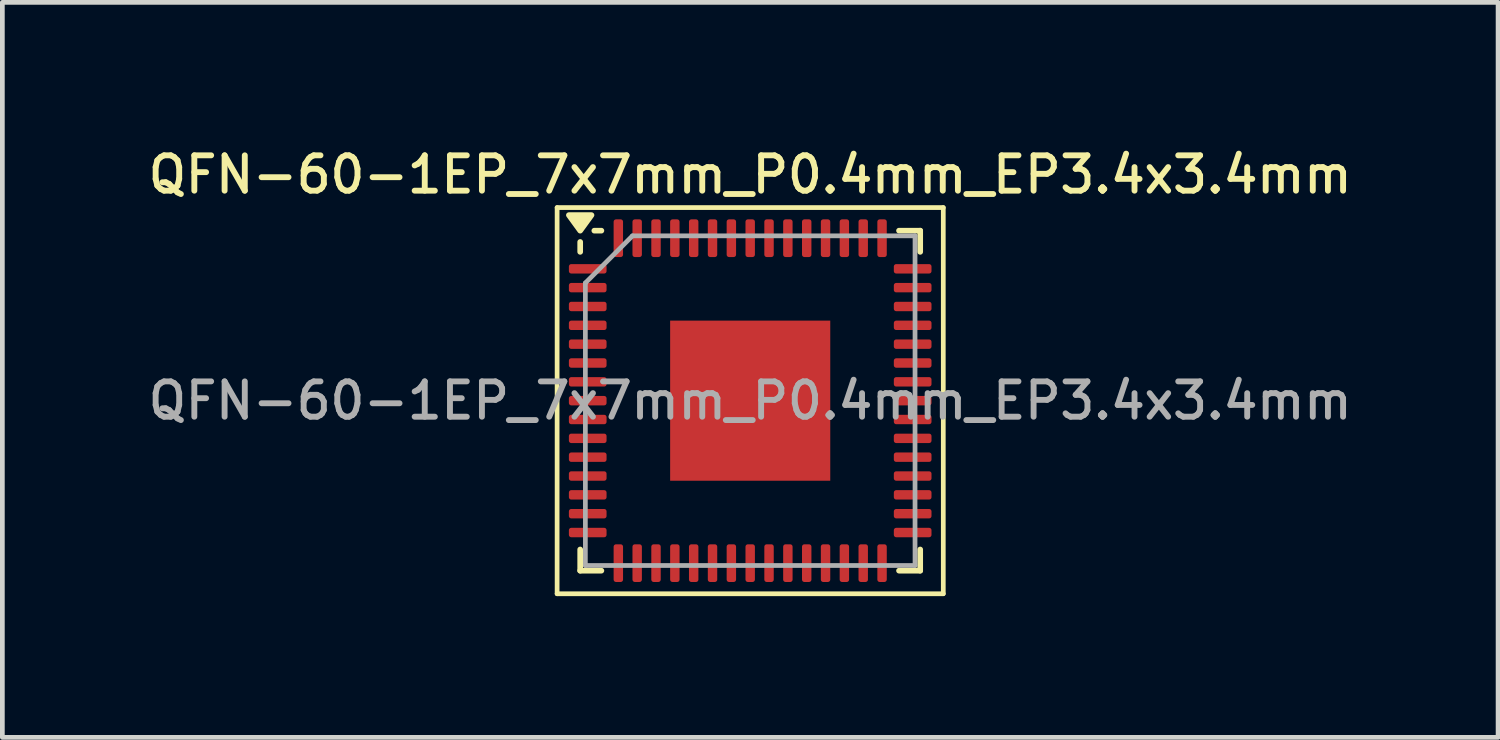
<source format=kicad_pcb>
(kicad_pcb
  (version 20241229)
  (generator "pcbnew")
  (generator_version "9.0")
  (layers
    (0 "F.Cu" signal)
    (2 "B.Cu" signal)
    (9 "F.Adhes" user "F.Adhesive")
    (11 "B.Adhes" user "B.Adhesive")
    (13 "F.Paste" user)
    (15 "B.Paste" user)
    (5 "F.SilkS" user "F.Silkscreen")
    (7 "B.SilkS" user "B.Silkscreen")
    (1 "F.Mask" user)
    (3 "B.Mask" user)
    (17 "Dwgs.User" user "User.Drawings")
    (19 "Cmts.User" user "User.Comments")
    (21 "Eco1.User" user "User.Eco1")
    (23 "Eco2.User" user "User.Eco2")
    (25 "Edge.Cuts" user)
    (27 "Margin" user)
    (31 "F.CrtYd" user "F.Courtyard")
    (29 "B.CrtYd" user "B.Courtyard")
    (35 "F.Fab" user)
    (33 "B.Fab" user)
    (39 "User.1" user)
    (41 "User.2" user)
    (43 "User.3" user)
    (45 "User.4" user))
  (footprint "QFN-60-1EP_7x7mm_P0.4mm_EP3.4x3.4mm"
    (layer "F.Cu")
    (at 12.88 5.458)
    (property "Reference" "QFN-60-1EP_7x7mm_P0.4mm_EP3.4x3.4mm" (at 0 -4.8 0) (layer "F.SilkS") (effects (font (size 0.75 0.75) (thickness 0.125))))
    (attr smd)
    (fp_line (start -4.1 -4.1) (end -4.1 4.1) (stroke (width 0.1) (type solid)) (layer "F.SilkS"))
    (fp_line (start -4.1 4.1) (end 4.1 4.1) (stroke (width 0.1) (type solid)) (layer "F.SilkS"))
    (fp_line (start -3.61 -3.16) (end -3.61 -3.37) (stroke (width 0.12) (type solid)) (layer "F.SilkS"))
    (fp_line (start -3.61 3.61) (end -3.61 3.16) (stroke (width 0.12) (type solid)) (layer "F.SilkS"))
    (fp_line (start -3.16 -3.61) (end -3.31 -3.61) (stroke (width 0.12) (type solid)) (layer "F.SilkS"))
    (fp_line (start -3.16 3.61) (end -3.61 3.61) (stroke (width 0.12) (type solid)) (layer "F.SilkS"))
    (fp_line (start 3.16 -3.61) (end 3.61 -3.61) (stroke (width 0.12) (type solid)) (layer "F.SilkS"))
    (fp_line (start 3.16 3.61) (end 3.61 3.61) (stroke (width 0.12) (type solid)) (layer "F.SilkS"))
    (fp_line (start 3.61 -3.61) (end 3.61 -3.16) (stroke (width 0.12) (type solid)) (layer "F.SilkS"))
    (fp_line (start 3.61 3.61) (end 3.61 3.16) (stroke (width 0.12) (type solid)) (layer "F.SilkS"))
    (fp_line (start 4.1 -4.1) (end -4.1 -4.1) (stroke (width 0.1) (type solid)) (layer "F.SilkS"))
    (fp_line (start 4.1 4.1) (end 4.1 -4.1) (stroke (width 0.1) (type solid)) (layer "F.SilkS"))
    (fp_poly (pts (xy -3.61 -3.61) (xy -3.85 -3.94) (xy -3.37 -3.94) (xy -3.61 -3.61)) (stroke (width 0.12) (type solid)) (fill yes) (layer "F.SilkS"))
    (fp_line (start -3.5 -2.5) (end -2.5 -3.5) (stroke (width 0.1) (type solid)) (layer "F.Fab"))
    (fp_line (start -3.5 3.5) (end -3.5 -2.5) (stroke (width 0.1) (type solid)) (layer "F.Fab"))
    (fp_line (start -2.5 -3.5) (end 3.5 -3.5) (stroke (width 0.1) (type solid)) (layer "F.Fab"))
    (fp_line (start 3.5 -3.5) (end 3.5 3.5) (stroke (width 0.1) (type solid)) (layer "F.Fab"))
    (fp_line (start 3.5 3.5) (end -3.5 3.5) (stroke (width 0.1) (type solid)) (layer "F.Fab"))
    (fp_text user "${REFERENCE}" (at 0 0 0) (layer "F.Fab") (effects (font (size 0.75 0.75) (thickness 0.125))))
    (pad "" smd roundrect (at -1.13 -1.13) (size 0.91 0.91) (layers "F.Paste") (roundrect_rratio 0.25))
    (pad "" smd roundrect (at -1.13 0) (size 0.91 0.91) (layers "F.Paste") (roundrect_rratio 0.25))
    (pad "" smd roundrect (at -1.13 1.13) (size 0.91 0.91) (layers "F.Paste") (roundrect_rratio 0.25))
    (pad "" smd roundrect (at 0 -1.13) (size 0.91 0.91) (layers "F.Paste") (roundrect_rratio 0.25))
    (pad "" smd roundrect (at 0 0) (size 0.91 0.91) (layers "F.Paste") (roundrect_rratio 0.25))
    (pad "" smd roundrect (at 0 1.13) (size 0.91 0.91) (layers "F.Paste") (roundrect_rratio 0.25))
    (pad "" smd roundrect (at 1.13 -1.13) (size 0.91 0.91) (layers "F.Paste") (roundrect_rratio 0.25))
    (pad "" smd roundrect (at 1.13 0) (size 0.91 0.91) (layers "F.Paste") (roundrect_rratio 0.25))
    (pad "" smd roundrect (at 1.13 1.13) (size 0.91 0.91) (layers "F.Paste") (roundrect_rratio 0.25))
    (pad "1" smd roundrect (at -3.45 -2.8) (size 0.8 0.2) (layers "F.Cu" "F.Mask" "F.Paste") (roundrect_rratio 0.25))
    (pad "2" smd roundrect (at -3.45 -2.4) (size 0.8 0.2) (layers "F.Cu" "F.Mask" "F.Paste") (roundrect_rratio 0.25))
    (pad "3" smd roundrect (at -3.45 -2) (size 0.8 0.2) (layers "F.Cu" "F.Mask" "F.Paste") (roundrect_rratio 0.25))
    (pad "4" smd roundrect (at -3.45 -1.6) (size 0.8 0.2) (layers "F.Cu" "F.Mask" "F.Paste") (roundrect_rratio 0.25))
    (pad "5" smd roundrect (at -3.45 -1.2) (size 0.8 0.2) (layers "F.Cu" "F.Mask" "F.Paste") (roundrect_rratio 0.25))
    (pad "6" smd roundrect (at -3.45 -0.8) (size 0.8 0.2) (layers "F.Cu" "F.Mask" "F.Paste") (roundrect_rratio 0.25))
    (pad "7" smd roundrect (at -3.45 -0.4) (size 0.8 0.2) (layers "F.Cu" "F.Mask" "F.Paste") (roundrect_rratio 0.25))
    (pad "8" smd roundrect (at -3.45 0) (size 0.8 0.2) (layers "F.Cu" "F.Mask" "F.Paste") (roundrect_rratio 0.25))
    (pad "9" smd roundrect (at -3.45 0.4) (size 0.8 0.2) (layers "F.Cu" "F.Mask" "F.Paste") (roundrect_rratio 0.25))
    (pad "10" smd roundrect (at -3.45 0.8) (size 0.8 0.2) (layers "F.Cu" "F.Mask" "F.Paste") (roundrect_rratio 0.25))
    (pad "11" smd roundrect (at -3.45 1.2) (size 0.8 0.2) (layers "F.Cu" "F.Mask" "F.Paste") (roundrect_rratio 0.25))
    (pad "12" smd roundrect (at -3.45 1.6) (size 0.8 0.2) (layers "F.Cu" "F.Mask" "F.Paste") (roundrect_rratio 0.25))
    (pad "13" smd roundrect (at -3.45 2) (size 0.8 0.2) (layers "F.Cu" "F.Mask" "F.Paste") (roundrect_rratio 0.25))
    (pad "14" smd roundrect (at -3.45 2.4) (size 0.8 0.2) (layers "F.Cu" "F.Mask" "F.Paste") (roundrect_rratio 0.25))
    (pad "15" smd roundrect (at -3.45 2.8) (size 0.8 0.2) (layers "F.Cu" "F.Mask" "F.Paste") (roundrect_rratio 0.25))
    (pad "16" smd roundrect (at -2.8 3.45) (size 0.2 0.8) (layers "F.Cu" "F.Mask" "F.Paste") (roundrect_rratio 0.25))
    (pad "17" smd roundrect (at -2.4 3.45) (size 0.2 0.8) (layers "F.Cu" "F.Mask" "F.Paste") (roundrect_rratio 0.25))
    (pad "18" smd roundrect (at -2 3.45) (size 0.2 0.8) (layers "F.Cu" "F.Mask" "F.Paste") (roundrect_rratio 0.25))
    (pad "19" smd roundrect (at -1.6 3.45) (size 0.2 0.8) (layers "F.Cu" "F.Mask" "F.Paste") (roundrect_rratio 0.25))
    (pad "20" smd roundrect (at -1.2 3.45) (size 0.2 0.8) (layers "F.Cu" "F.Mask" "F.Paste") (roundrect_rratio 0.25))
    (pad "21" smd roundrect (at -0.8 3.45) (size 0.2 0.8) (layers "F.Cu" "F.Mask" "F.Paste") (roundrect_rratio 0.25))
    (pad "22" smd roundrect (at -0.4 3.45) (size 0.2 0.8) (layers "F.Cu" "F.Mask" "F.Paste") (roundrect_rratio 0.25))
    (pad "23" smd roundrect (at 0 3.45) (size 0.2 0.8) (layers "F.Cu" "F.Mask" "F.Paste") (roundrect_rratio 0.25))
    (pad "24" smd roundrect (at 0.4 3.45) (size 0.2 0.8) (layers "F.Cu" "F.Mask" "F.Paste") (roundrect_rratio 0.25))
    (pad "25" smd roundrect (at 0.8 3.45) (size 0.2 0.8) (layers "F.Cu" "F.Mask" "F.Paste") (roundrect_rratio 0.25))
    (pad "26" smd roundrect (at 1.2 3.45) (size 0.2 0.8) (layers "F.Cu" "F.Mask" "F.Paste") (roundrect_rratio 0.25))
    (pad "27" smd roundrect (at 1.6 3.45) (size 0.2 0.8) (layers "F.Cu" "F.Mask" "F.Paste") (roundrect_rratio 0.25))
    (pad "28" smd roundrect (at 2 3.45) (size 0.2 0.8) (layers "F.Cu" "F.Mask" "F.Paste") (roundrect_rratio 0.25))
    (pad "29" smd roundrect (at 2.4 3.45) (size 0.2 0.8) (layers "F.Cu" "F.Mask" "F.Paste") (roundrect_rratio 0.25))
    (pad "30" smd roundrect (at 2.8 3.45) (size 0.2 0.8) (layers "F.Cu" "F.Mask" "F.Paste") (roundrect_rratio 0.25))
    (pad "31" smd roundrect (at 3.45 2.8) (size 0.8 0.2) (layers "F.Cu" "F.Mask" "F.Paste") (roundrect_rratio 0.25))
    (pad "32" smd roundrect (at 3.45 2.4) (size 0.8 0.2) (layers "F.Cu" "F.Mask" "F.Paste") (roundrect_rratio 0.25))
    (pad "33" smd roundrect (at 3.45 2) (size 0.8 0.2) (layers "F.Cu" "F.Mask" "F.Paste") (roundrect_rratio 0.25))
    (pad "34" smd roundrect (at 3.45 1.6) (size 0.8 0.2) (layers "F.Cu" "F.Mask" "F.Paste") (roundrect_rratio 0.25))
    (pad "35" smd roundrect (at 3.45 1.2) (size 0.8 0.2) (layers "F.Cu" "F.Mask" "F.Paste") (roundrect_rratio 0.25))
    (pad "36" smd roundrect (at 3.45 0.8) (size 0.8 0.2) (layers "F.Cu" "F.Mask" "F.Paste") (roundrect_rratio 0.25))
    (pad "37" smd roundrect (at 3.45 0.4) (size 0.8 0.2) (layers "F.Cu" "F.Mask" "F.Paste") (roundrect_rratio 0.25))
    (pad "38" smd roundrect (at 3.45 0) (size 0.8 0.2) (layers "F.Cu" "F.Mask" "F.Paste") (roundrect_rratio 0.25))
    (pad "39" smd roundrect (at 3.45 -0.4) (size 0.8 0.2) (layers "F.Cu" "F.Mask" "F.Paste") (roundrect_rratio 0.25))
    (pad "40" smd roundrect (at 3.45 -0.8) (size 0.8 0.2) (layers "F.Cu" "F.Mask" "F.Paste") (roundrect_rratio 0.25))
    (pad "41" smd roundrect (at 3.45 -1.2) (size 0.8 0.2) (layers "F.Cu" "F.Mask" "F.Paste") (roundrect_rratio 0.25))
    (pad "42" smd roundrect (at 3.45 -1.6) (size 0.8 0.2) (layers "F.Cu" "F.Mask" "F.Paste") (roundrect_rratio 0.25))
    (pad "43" smd roundrect (at 3.45 -2) (size 0.8 0.2) (layers "F.Cu" "F.Mask" "F.Paste") (roundrect_rratio 0.25))
    (pad "44" smd roundrect (at 3.45 -2.4) (size 0.8 0.2) (layers "F.Cu" "F.Mask" "F.Paste") (roundrect_rratio 0.25))
    (pad "45" smd roundrect (at 3.45 -2.8) (size 0.8 0.2) (layers "F.Cu" "F.Mask" "F.Paste") (roundrect_rratio 0.25))
    (pad "46" smd roundrect (at 2.8 -3.45) (size 0.2 0.8) (layers "F.Cu" "F.Mask" "F.Paste") (roundrect_rratio 0.25))
    (pad "47" smd roundrect (at 2.4 -3.45) (size 0.2 0.8) (layers "F.Cu" "F.Mask" "F.Paste") (roundrect_rratio 0.25))
    (pad "48" smd roundrect (at 2 -3.45) (size 0.2 0.8) (layers "F.Cu" "F.Mask" "F.Paste") (roundrect_rratio 0.25))
    (pad "49" smd roundrect (at 1.6 -3.45) (size 0.2 0.8) (layers "F.Cu" "F.Mask" "F.Paste") (roundrect_rratio 0.25))
    (pad "50" smd roundrect (at 1.2 -3.45) (size 0.2 0.8) (layers "F.Cu" "F.Mask" "F.Paste") (roundrect_rratio 0.25))
    (pad "51" smd roundrect (at 0.8 -3.45) (size 0.2 0.8) (layers "F.Cu" "F.Mask" "F.Paste") (roundrect_rratio 0.25))
    (pad "52" smd roundrect (at 0.4 -3.45) (size 0.2 0.8) (layers "F.Cu" "F.Mask" "F.Paste") (roundrect_rratio 0.25))
    (pad "53" smd roundrect (at 0 -3.45) (size 0.2 0.8) (layers "F.Cu" "F.Mask" "F.Paste") (roundrect_rratio 0.25))
    (pad "54" smd roundrect (at -0.4 -3.45) (size 0.2 0.8) (layers "F.Cu" "F.Mask" "F.Paste") (roundrect_rratio 0.25))
    (pad "55" smd roundrect (at -0.8 -3.45) (size 0.2 0.8) (layers "F.Cu" "F.Mask" "F.Paste") (roundrect_rratio 0.25))
    (pad "56" smd roundrect (at -1.2 -3.45) (size 0.2 0.8) (layers "F.Cu" "F.Mask" "F.Paste") (roundrect_rratio 0.25))
    (pad "57" smd roundrect (at -1.6 -3.45) (size 0.2 0.8) (layers "F.Cu" "F.Mask" "F.Paste") (roundrect_rratio 0.25))
    (pad "58" smd roundrect (at -2 -3.45) (size 0.2 0.8) (layers "F.Cu" "F.Mask" "F.Paste") (roundrect_rratio 0.25))
    (pad "59" smd roundrect (at -2.4 -3.45) (size 0.2 0.8) (layers "F.Cu" "F.Mask" "F.Paste") (roundrect_rratio 0.25))
    (pad "60" smd roundrect (at -2.8 -3.45) (size 0.2 0.8) (layers "F.Cu" "F.Mask" "F.Paste") (roundrect_rratio 0.25))
    (pad "61" smd rect (at 0 0) (size 3.4 3.4) (property pad_prop_heatsink) (layers "F.Cu" "F.Mask")))
  (gr_rect
    (start -3 -3)
    (end 28.761 12.608)
    (stroke (width 0.1) (type default))
    (fill no)
    (layer "Edge.Cuts")))
</source>
